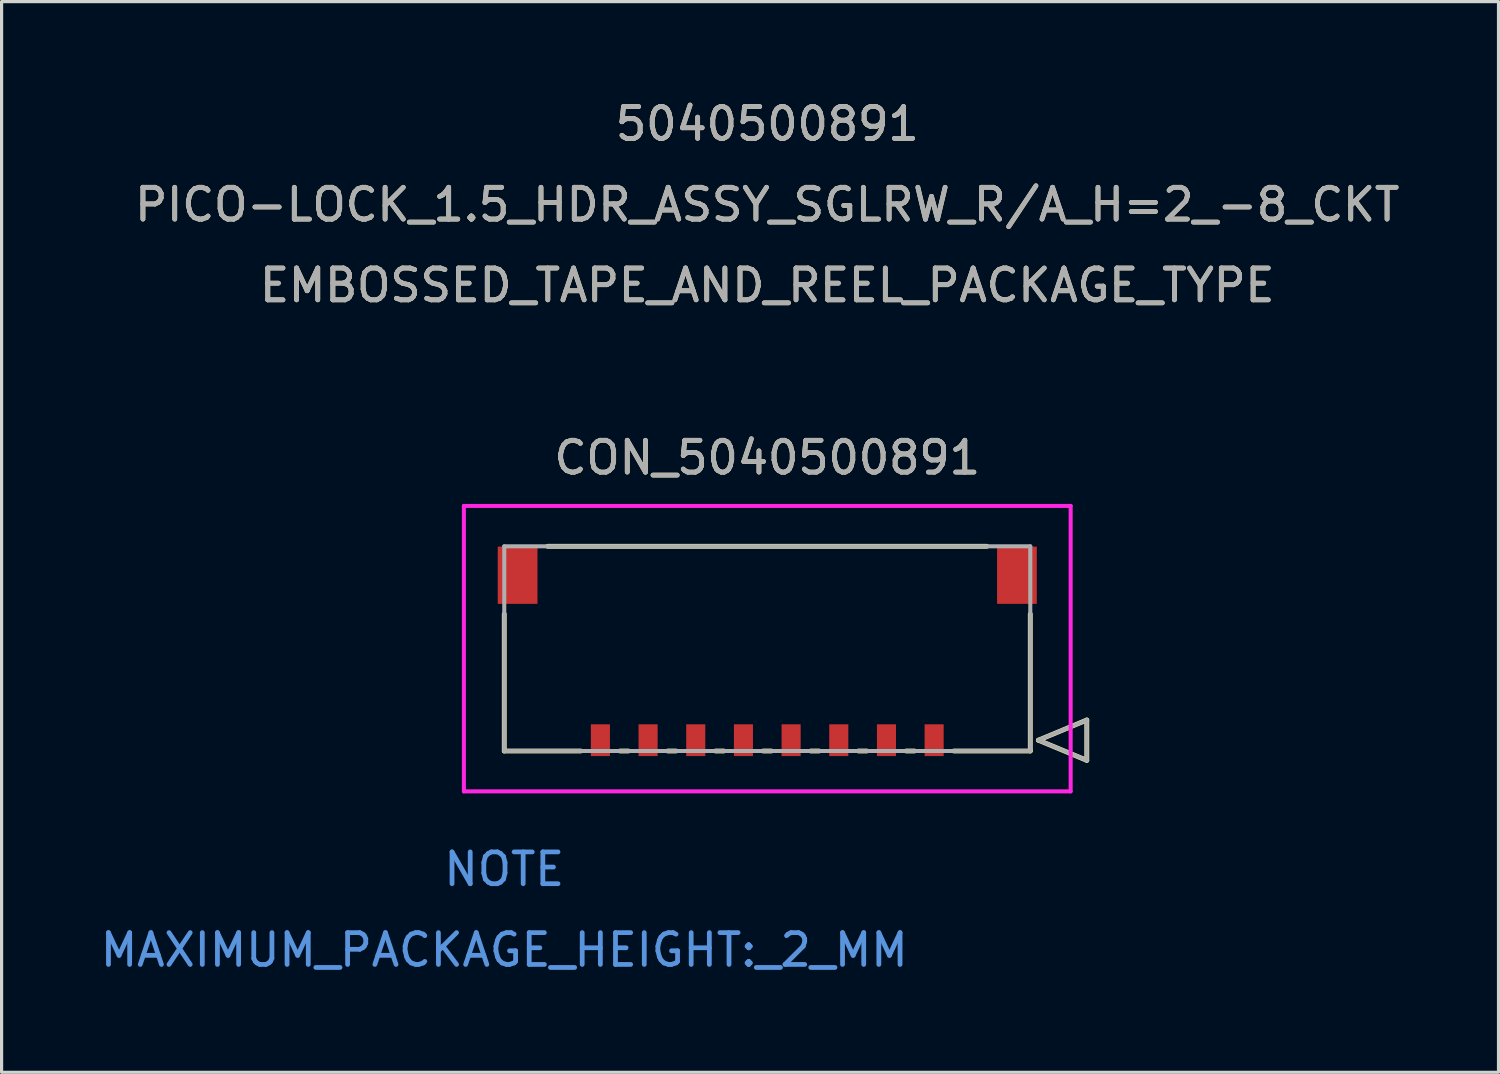
<source format=kicad_pcb>
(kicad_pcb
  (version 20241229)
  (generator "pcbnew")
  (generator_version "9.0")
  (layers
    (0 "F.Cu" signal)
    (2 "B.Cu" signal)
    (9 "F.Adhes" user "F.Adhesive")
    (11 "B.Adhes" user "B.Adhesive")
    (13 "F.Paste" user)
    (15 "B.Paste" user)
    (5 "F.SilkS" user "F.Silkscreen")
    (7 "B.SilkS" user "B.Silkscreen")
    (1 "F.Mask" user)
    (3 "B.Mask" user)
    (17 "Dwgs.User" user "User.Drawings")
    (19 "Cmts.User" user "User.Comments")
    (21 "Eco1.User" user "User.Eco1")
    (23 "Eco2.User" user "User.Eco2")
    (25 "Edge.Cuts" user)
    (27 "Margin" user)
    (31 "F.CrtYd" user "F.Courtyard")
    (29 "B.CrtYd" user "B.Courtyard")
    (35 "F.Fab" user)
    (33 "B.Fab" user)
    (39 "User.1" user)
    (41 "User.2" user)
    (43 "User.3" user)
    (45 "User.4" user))
  (footprint "CON_5040500891"
    (layer "F.Cu")
    (at 26.34 20.238)
    (property "Reference" "CON_5040500891" (at -5.25 -8.89 0) (unlocked yes) (layer "F.SilkS") (effects (font (size 1 1) (thickness 0.15))))
    (attr smd)
    (fp_line (start -13.525 -3.97) (end -13.525 0.34) (stroke (width 0.152) (type solid)) (layer "F.SilkS"))
    (fp_line (start -13.525 0.34) (end -11.12 0.34) (stroke (width 0.152) (type solid)) (layer "F.SilkS"))
    (fp_line (start -9.88 0.34) (end -9.62 0.34) (stroke (width 0.152) (type solid)) (layer "F.SilkS"))
    (fp_line (start -8.38 0.34) (end -8.12 0.34) (stroke (width 0.152) (type solid)) (layer "F.SilkS"))
    (fp_line (start -6.88 0.34) (end -6.62 0.34) (stroke (width 0.152) (type solid)) (layer "F.SilkS"))
    (fp_line (start -5.38 0.34) (end -5.12 0.34) (stroke (width 0.152) (type solid)) (layer "F.SilkS"))
    (fp_line (start -3.88 0.34) (end -3.62 0.34) (stroke (width 0.152) (type solid)) (layer "F.SilkS"))
    (fp_line (start -2.38 0.34) (end -2.12 0.34) (stroke (width 0.152) (type solid)) (layer "F.SilkS"))
    (fp_line (start -0.88 0.34) (end -0.62 0.34) (stroke (width 0.152) (type solid)) (layer "F.SilkS"))
    (fp_line (start 0.62 0.34) (end 3.025 0.34) (stroke (width 0.152) (type solid)) (layer "F.SilkS"))
    (fp_line (start 1.66 -6.1) (end -12.16 -6.1) (stroke (width 0.152) (type solid)) (layer "F.SilkS"))
    (fp_line (start 3.025 0.34) (end 3.025 -3.97) (stroke (width 0.152) (type solid)) (layer "F.SilkS"))
    (fp_line (start 3.279 0) (end 4.803 -0.635) (stroke (width 0.152) (type solid)) (layer "F.SilkS"))
    (fp_line (start 4.803 -0.635) (end 4.803 0.635) (stroke (width 0.152) (type solid)) (layer "F.SilkS"))
    (fp_line (start 4.803 0.635) (end 3.279 0) (stroke (width 0.152) (type solid)) (layer "F.SilkS"))
    (fp_line (start -14.795 -7.37) (end -14.795 1.61) (stroke (width 0.127) (type solid)) (layer "F.CrtYd"))
    (fp_line (start -14.795 1.61) (end 4.295 1.61) (stroke (width 0.127) (type solid)) (layer "F.CrtYd"))
    (fp_line (start 4.295 -7.37) (end -14.795 -7.37) (stroke (width 0.127) (type solid)) (layer "F.CrtYd"))
    (fp_line (start 4.295 1.61) (end 4.295 -7.37) (stroke (width 0.127) (type solid)) (layer "F.CrtYd"))
    (fp_line (start -13.525 -6.1) (end -13.525 0.34) (stroke (width 0.127) (type solid)) (layer "F.Fab"))
    (fp_line (start -13.525 0.34) (end 3.025 0.34) (stroke (width 0.127) (type solid)) (layer "F.Fab"))
    (fp_line (start 3.025 -6.1) (end -13.525 -6.1) (stroke (width 0.127) (type solid)) (layer "F.Fab"))
    (fp_line (start 3.025 0.34) (end 3.025 -6.1) (stroke (width 0.127) (type solid)) (layer "F.Fab"))
    (fp_line (start 3.279 0) (end 4.803 -0.635) (stroke (width 0.127) (type solid)) (layer "F.Fab"))
    (fp_line (start 4.803 -0.635) (end 4.803 0.635) (stroke (width 0.127) (type solid)) (layer "F.Fab"))
    (fp_line (start 4.803 0.635) (end 3.279 0) (stroke (width 0.127) (type solid)) (layer "F.Fab"))
    (fp_text user "5040500891" (at -5.25 -19.39 0) (unlocked yes) (layer "F.SilkS") (effects (font (size 1 1) (thickness 0.15))))
    (fp_text user "PICO-LOCK_1.5_HDR_ASSY_SGLRW_R/A_H=2_-8_CKT" (at -5.25 -16.85 0) (unlocked yes) (layer "F.SilkS") (effects (font (size 1 1) (thickness 0.15))))
    (fp_text user "EMBOSSED_TAPE_AND_REEL_PACKAGE_TYPE" (at -5.25 -14.31 0) (unlocked yes) (layer "F.SilkS") (effects (font (size 1 1) (thickness 0.15))))
    (fp_text user "MAXIMUM_PACKAGE_HEIGHT:_2_MM" (at -13.525 6.6 0) (unlocked yes) (layer "Cmts.User") (effects (font (size 1 1) (thickness 0.15))))
    (fp_text user "NOTE" (at -13.525 4.06 0) (unlocked yes) (layer "Cmts.User") (effects (font (size 1 1) (thickness 0.15))))
    (fp_text user "5040500891" (at -5.25 -19.39 0) (unlocked yes) (layer "F.Fab") (effects (font (size 1 1) (thickness 0.15))))
    (fp_text user "${REFERENCE}" (at -5.25 -8.89 0) (unlocked yes) (layer "F.Fab") (effects (font (size 1 1) (thickness 0.15))))
    (fp_text user "EMBOSSED_TAPE_AND_REEL_PACKAGE_TYPE" (at -5.25 -14.31 0) (unlocked yes) (layer "F.Fab") (effects (font (size 1 1) (thickness 0.15))))
    (fp_text user "PICO-LOCK_1.5_HDR_ASSY_SGLRW_R/A_H=2_-8_CKT" (at -5.25 -16.85 0) (unlocked yes) (layer "F.Fab") (effects (font (size 1 1) (thickness 0.15))))
    (pad "1" smd rect (at 0 0) (size 0.6 1) (layers "F.Cu" "F.Mask" "F.Paste"))
    (pad "2" smd rect (at -1.5 0) (size 0.6 1) (layers "F.Cu" "F.Mask" "F.Paste"))
    (pad "3" smd rect (at -3 0) (size 0.6 1) (layers "F.Cu" "F.Mask" "F.Paste"))
    (pad "4" smd rect (at -4.5 0) (size 0.6 1) (layers "F.Cu" "F.Mask" "F.Paste"))
    (pad "5" smd rect (at -6 0) (size 0.6 1) (layers "F.Cu" "F.Mask" "F.Paste"))
    (pad "6" smd rect (at -7.5 0) (size 0.6 1) (layers "F.Cu" "F.Mask" "F.Paste"))
    (pad "7" smd rect (at -9 0) (size 0.6 1) (layers "F.Cu" "F.Mask" "F.Paste"))
    (pad "8" smd rect (at -10.5 0) (size 0.6 1) (layers "F.Cu" "F.Mask" "F.Paste"))
    (pad "9" smd rect (at 2.605 -5.19) (size 1.25 1.8) (layers "F.Cu" "F.Mask" "F.Paste"))
    (pad "10" smd rect (at -13.105 -5.19) (size 1.25 1.8) (layers "F.Cu" "F.Mask" "F.Paste")))
  (gr_rect
    (start -3 -3)
    (end 44.096 30.687)
    (stroke (width 0.1) (type default))
    (fill no)
    (layer "Edge.Cuts")))
</source>
